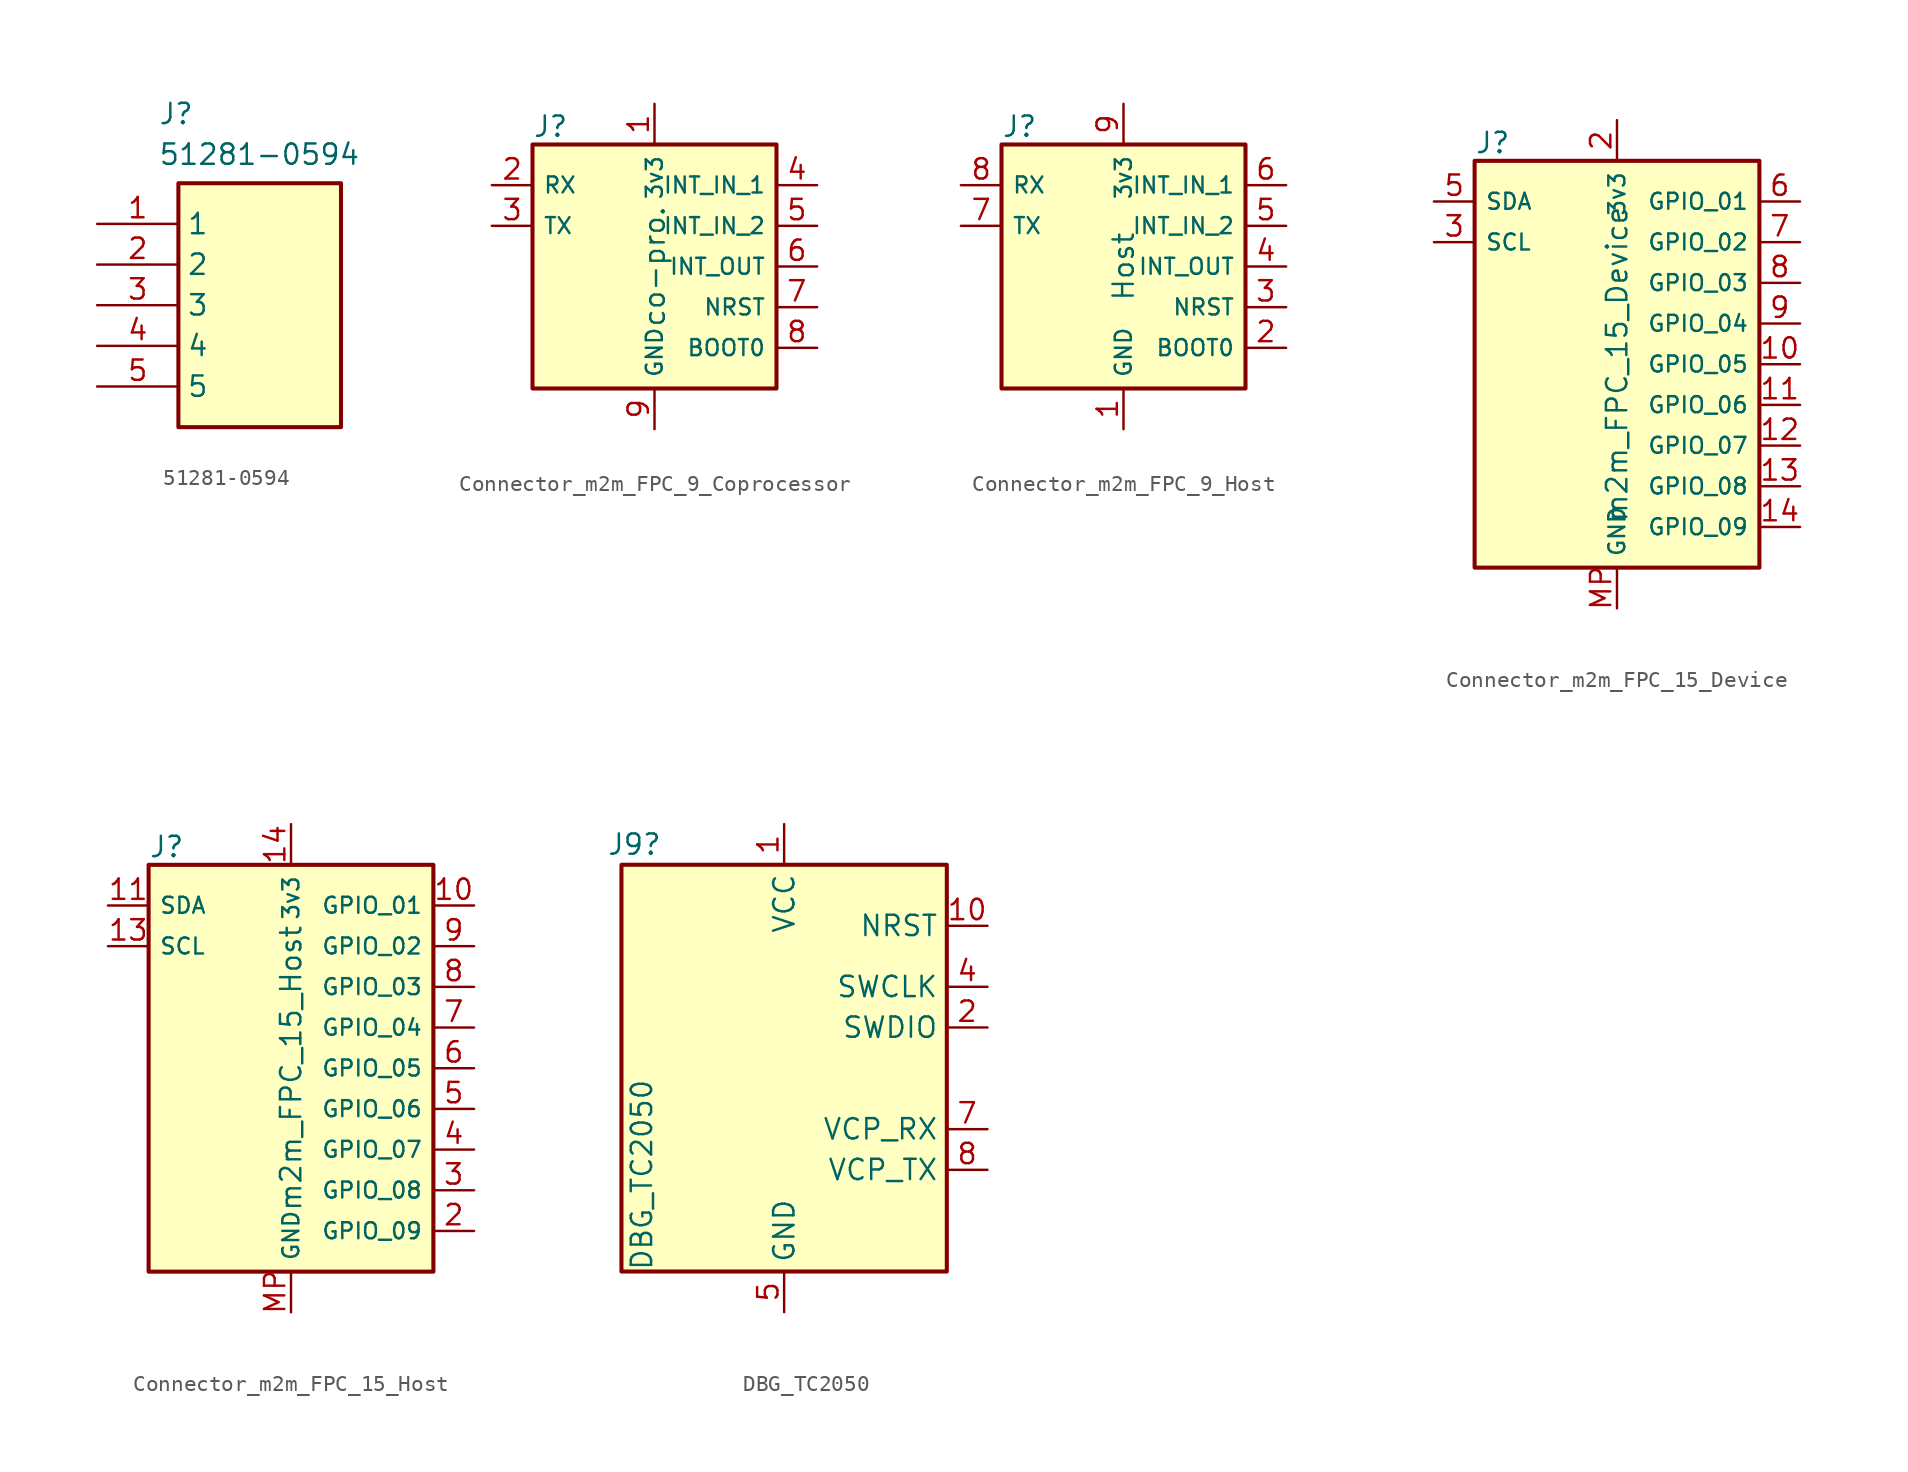
<source format=kicad_sym>
(kicad_symbol_lib
  (version 20241209)
  (generator "kicad_symbol_editor")
  (generator_version "9.0")
  (symbol "51281-0594"
    (property "Reference" "J"
      (at 3.81 7.62 0)
      (effects (font (size 1.27 1.27)) (justify left top)))
    (property "Value" "51281-0594"
      (at 3.81 5.08 0)
      (effects (font (size 1.27 1.27)) (justify left top)))
    (symbol "51281-0594_1_1"
      (rectangle (start 5.08 2.54) (end 15.24 -12.7) (stroke (width 0.254) (type default)) (fill (type background)))
      (pin passive line (at 0 0 0) (length 5.08) (name "1" (effects (font (size 1.27 1.27)))) (number "1" (effects (font (size 1.27 1.27)))))
      (pin passive line (at 0 -2.54 0) (length 5.08) (name "2" (effects (font (size 1.27 1.27)))) (number "2" (effects (font (size 1.27 1.27)))))
      (pin passive line (at 0 -5.08 0) (length 5.08) (name "3" (effects (font (size 1.27 1.27)))) (number "3" (effects (font (size 1.27 1.27)))))
      (pin passive line (at 0 -7.62 0) (length 5.08) (name "4" (effects (font (size 1.27 1.27)))) (number "4" (effects (font (size 1.27 1.27)))))
      (pin passive line (at 0 -10.16 0) (length 5.08) (name "5" (effects (font (size 1.27 1.27)))) (number "5" (effects (font (size 1.27 1.27)))))))
  (symbol "Connector_m2m_FPC_9_Coprocessor"
    (pin_names
      (offset 0.635))
    (property "Reference" "J"
      (at 0 0.381 0)
      (do_not_autoplace)
      (effects (font (size 1.27 1.27)) (justify left bottom)))
    (property "Value" "co-pro."
      (at 7.62 -7.62 90)
      (do_not_autoplace)
      (effects (font (size 1.27 1.27))))
    (symbol "Connector_m2m_FPC_9_Coprocessor_1_1"
      (rectangle (start 0 0) (end 15.24 -15.24) (stroke (width 0.254) (type default)) (fill (type background)))
      (pin passive line (at -2.54 -2.54 0) (length 2.54) (name "RX" (effects (font (size 1 1)))) (number "2" (effects (font (size 1.27 1.27)))))
      (pin passive line (at -2.54 -5.08 0) (length 2.54) (name "TX" (effects (font (size 1 1)))) (number "3" (effects (font (size 1.27 1.27)))))
      (pin passive line (at 7.62 2.54 270) (length 2.54) (name "3v3" (effects (font (size 1 1)))) (number "1" (effects (font (size 1.27 1.27)))))
      (pin passive line (at 7.62 -17.78 90) (length 2.54) (name "GND" (effects (font (size 1 1)))) (number "9" (effects (font (size 1.27 1.27)))))
      (pin passive line (at 7.62 -17.78 90) (length 2.54) (hide yes) (name "GND" (effects (font (size 1 1)))) (number "MP" (effects (font (size 1.27 1.27)))))
      (pin passive line (at 17.78 -2.54 180) (length 2.54) (name "INT_IN_1" (effects (font (size 1 1)))) (number "4" (effects (font (size 1.27 1.27)))))
      (pin passive line (at 17.78 -5.08 180) (length 2.54) (name "INT_IN_2" (effects (font (size 1 1)))) (number "5" (effects (font (size 1.27 1.27)))))
      (pin passive line (at 17.78 -7.62 180) (length 2.54) (name "INT_OUT" (effects (font (size 1 1)))) (number "6" (effects (font (size 1.27 1.27)))))
      (pin passive line (at 17.78 -10.16 180) (length 2.54) (name "NRST" (effects (font (size 1 1)))) (number "7" (effects (font (size 1.27 1.27)))))
      (pin passive line (at 17.78 -12.7 180) (length 2.54) (name "BOOT0" (effects (font (size 1 1)))) (number "8" (effects (font (size 1.27 1.27)))))))
  (symbol "Connector_m2m_FPC_9_Host"
    (pin_names
      (offset 0.635))
    (property "Reference" "J"
      (at 0 0.381 0)
      (do_not_autoplace)
      (effects (font (size 1.27 1.27)) (justify left bottom)))
    (property "Value" "Host"
      (at 7.62 -7.62 90)
      (do_not_autoplace)
      (effects (font (size 1.27 1.27))))
    (symbol "Connector_m2m_FPC_9_Host_1_1"
      (rectangle (start 0 0) (end 15.24 -15.24) (stroke (width 0.254) (type default)) (fill (type background)))
      (pin passive line (at -2.54 -2.54 0) (length 2.54) (name "RX" (effects (font (size 1 1)))) (number "8" (effects (font (size 1.27 1.27)))))
      (pin passive line (at -2.54 -5.08 0) (length 2.54) (name "TX" (effects (font (size 1 1)))) (number "7" (effects (font (size 1.27 1.27)))))
      (pin passive line (at 7.62 2.54 270) (length 2.54) (name "3v3" (effects (font (size 1 1)))) (number "9" (effects (font (size 1.27 1.27)))))
      (pin passive line (at 7.62 -17.78 90) (length 2.54) (name "GND" (effects (font (size 1 1)))) (number "1" (effects (font (size 1.27 1.27)))))
      (pin passive line (at 7.62 -17.78 90) (length 2.54) (hide yes) (name "GND" (effects (font (size 1 1)))) (number "MP" (effects (font (size 1.27 1.27)))))
      (pin passive line (at 17.78 -2.54 180) (length 2.54) (name "INT_IN_1" (effects (font (size 1 1)))) (number "6" (effects (font (size 1.27 1.27)))))
      (pin passive line (at 17.78 -5.08 180) (length 2.54) (name "INT_IN_2" (effects (font (size 1 1)))) (number "5" (effects (font (size 1.27 1.27)))))
      (pin passive line (at 17.78 -7.62 180) (length 2.54) (name "INT_OUT" (effects (font (size 1 1)))) (number "4" (effects (font (size 1.27 1.27)))))
      (pin passive line (at 17.78 -10.16 180) (length 2.54) (name "NRST" (effects (font (size 1 1)))) (number "3" (effects (font (size 1.27 1.27)))))
      (pin passive line (at 17.78 -12.7 180) (length 2.54) (name "BOOT0" (effects (font (size 1 1)))) (number "2" (effects (font (size 1.27 1.27)))))))
  (symbol "Connector_m2m_FPC_15_Device"
    (pin_names
      (offset 0.635))
    (property "Reference" "J"
      (at 0 0.381 0)
      (do_not_autoplace)
      (effects (font (size 1.27 1.27)) (justify left bottom)))
    (property "Value" "m2m_FPC_15_Device"
      (at 8.89 -12.7 90)
      (do_not_autoplace)
      (effects (font (size 1.27 1.27))))
    (symbol "Connector_m2m_FPC_15_Device_1_1"
      (rectangle (start 0 0) (end 17.78 -25.4) (stroke (width 0.254) (type default)) (fill (type background)))
      (pin passive line (at -2.54 -2.54 0) (length 2.54) (name "SDA" (effects (font (size 1 1)))) (number "5" (effects (font (size 1.27 1.27)))))
      (pin passive line (at -2.54 -5.08 0) (length 2.54) (name "SCL" (effects (font (size 1 1)))) (number "3" (effects (font (size 1.27 1.27)))))
      (pin passive line (at 8.89 2.54 270) (length 2.54) (name "3v3" (effects (font (size 1 1)))) (number "2" (effects (font (size 1.27 1.27)))))
      (pin passive line (at 8.89 -27.94 90) (length 2.54) (hide yes) (name "GND" (effects (font (size 1 1)))) (number "1" (effects (font (size 1.27 1.27)))))
      (pin passive line (at 8.89 -27.94 90) (length 2.54) (hide yes) (name "GND" (effects (font (size 1 1)))) (number "15" (effects (font (size 1.27 1.27)))))
      (pin passive line (at 8.89 -27.94 90) (length 2.54) (hide yes) (name "GND" (effects (font (size 1 1)))) (number "4" (effects (font (size 1.27 1.27)))))
      (pin passive line (at 8.89 -27.94 90) (length 2.54) (name "GND" (effects (font (size 1 1)))) (number "MP" (effects (font (size 1.27 1.27)))))
      (pin passive line (at 20.32 -2.54 180) (length 2.54) (name "GPIO_01" (effects (font (size 1 1)))) (number "6" (effects (font (size 1.27 1.27)))))
      (pin passive line (at 20.32 -5.08 180) (length 2.54) (name "GPIO_02" (effects (font (size 1 1)))) (number "7" (effects (font (size 1.27 1.27)))))
      (pin passive line (at 20.32 -7.62 180) (length 2.54) (name "GPIO_03" (effects (font (size 1 1)))) (number "8" (effects (font (size 1.27 1.27)))))
      (pin passive line (at 20.32 -10.16 180) (length 2.54) (name "GPIO_04" (effects (font (size 1 1)))) (number "9" (effects (font (size 1.27 1.27)))))
      (pin passive line (at 20.32 -12.7 180) (length 2.54) (name "GPIO_05" (effects (font (size 1 1)))) (number "10" (effects (font (size 1.27 1.27)))))
      (pin passive line (at 20.32 -15.24 180) (length 2.54) (name "GPIO_06" (effects (font (size 1 1)))) (number "11" (effects (font (size 1.27 1.27)))))
      (pin passive line (at 20.32 -17.78 180) (length 2.54) (name "GPIO_07" (effects (font (size 1 1)))) (number "12" (effects (font (size 1.27 1.27)))))
      (pin passive line (at 20.32 -20.32 180) (length 2.54) (name "GPIO_08" (effects (font (size 1 1)))) (number "13" (effects (font (size 1.27 1.27)))))
      (pin passive line (at 20.32 -22.86 180) (length 2.54) (name "GPIO_09" (effects (font (size 1 1)))) (number "14" (effects (font (size 1.27 1.27)))))))
  (symbol "Connector_m2m_FPC_15_Host"
    (pin_names
      (offset 0.635))
    (property "Reference" "J"
      (at 0 0.381 0)
      (do_not_autoplace)
      (effects (font (size 1.27 1.27)) (justify left bottom)))
    (property "Value" "m2m_FPC_15_Host"
      (at 8.89 -12.7 90)
      (do_not_autoplace)
      (effects (font (size 1.27 1.27))))
    (symbol "Connector_m2m_FPC_15_Host_1_1"
      (rectangle (start 0 0) (end 17.78 -25.4) (stroke (width 0.254) (type default)) (fill (type background)))
      (pin passive line (at -2.54 -2.54 0) (length 2.54) (name "SDA" (effects (font (size 1 1)))) (number "11" (effects (font (size 1.27 1.27)))))
      (pin passive line (at -2.54 -5.08 0) (length 2.54) (name "SCL" (effects (font (size 1 1)))) (number "13" (effects (font (size 1.27 1.27)))))
      (pin passive line (at 8.89 2.54 270) (length 2.54) (name "3v3" (effects (font (size 1 1)))) (number "14" (effects (font (size 1.27 1.27)))))
      (pin passive line (at 8.89 -27.94 90) (length 2.54) (hide yes) (name "GND" (effects (font (size 1 1)))) (number "1" (effects (font (size 1.27 1.27)))))
      (pin passive line (at 8.89 -27.94 90) (length 2.54) (hide yes) (name "GND" (effects (font (size 1 1)))) (number "12" (effects (font (size 1.27 1.27)))))
      (pin passive line (at 8.89 -27.94 90) (length 2.54) (hide yes) (name "GND" (effects (font (size 1 1)))) (number "15" (effects (font (size 1.27 1.27)))))
      (pin passive line (at 8.89 -27.94 90) (length 2.54) (name "GND" (effects (font (size 1 1)))) (number "MP" (effects (font (size 1.27 1.27)))))
      (pin passive line (at 20.32 -2.54 180) (length 2.54) (name "GPIO_01" (effects (font (size 1 1)))) (number "10" (effects (font (size 1.27 1.27)))))
      (pin passive line (at 20.32 -5.08 180) (length 2.54) (name "GPIO_02" (effects (font (size 1 1)))) (number "9" (effects (font (size 1.27 1.27)))))
      (pin passive line (at 20.32 -7.62 180) (length 2.54) (name "GPIO_03" (effects (font (size 1 1)))) (number "8" (effects (font (size 1.27 1.27)))))
      (pin passive line (at 20.32 -10.16 180) (length 2.54) (name "GPIO_04" (effects (font (size 1 1)))) (number "7" (effects (font (size 1.27 1.27)))))
      (pin passive line (at 20.32 -12.7 180) (length 2.54) (name "GPIO_05" (effects (font (size 1 1)))) (number "6" (effects (font (size 1.27 1.27)))))
      (pin passive line (at 20.32 -15.24 180) (length 2.54) (name "GPIO_06" (effects (font (size 1 1)))) (number "5" (effects (font (size 1.27 1.27)))))
      (pin passive line (at 20.32 -17.78 180) (length 2.54) (name "GPIO_07" (effects (font (size 1 1)))) (number "4" (effects (font (size 1.27 1.27)))))
      (pin passive line (at 20.32 -20.32 180) (length 2.54) (name "GPIO_08" (effects (font (size 1 1)))) (number "3" (effects (font (size 1.27 1.27)))))
      (pin passive line (at 20.32 -22.86 180) (length 2.54) (name "GPIO_09" (effects (font (size 1 1)))) (number "2" (effects (font (size 1.27 1.27)))))))
  (symbol "DBG_TC2050"
    (property "Reference" "J9"
      (at -7.62 13.97 0)
      (effects (font (size 1.27 1.27)) (justify right)))
    (property "Value" "DBG_TC2050"
      (at -8.89 -0.635 90)
      (effects (font (size 1.27 1.27)) (justify right)))
    (symbol "DBG_TC2050_0_1"
      (rectangle (start -10.16 12.7) (end 10.16 -12.7) (stroke (width 0.254) (type default)) (fill (type background))))
    (symbol "DBG_TC2050_1_1"
      (pin no_connect line (at -10.16 0 0) (length 2.54) (hide yes) (name "NC" (effects (font (size 1.27 1.27)))) (number "9" (effects (font (size 1.27 1.27)))))
      (pin no_connect line (at -10.16 -2.54 0) (length 2.54) (hide yes) (name "NC" (effects (font (size 1.27 1.27)))) (number "6" (effects (font (size 1.27 1.27)))))
      (pin power_in line (at 0 15.24 270) (length 2.54) (name "VCC" (effects (font (size 1.27 1.27)))) (number "1" (effects (font (size 1.27 1.27)))))
      (pin power_in line (at 0 -15.24 90) (length 2.54) (hide yes) (name "GND" (effects (font (size 1.27 1.27)))) (number "3" (effects (font (size 1.27 1.27)))))
      (pin power_in line (at 0 -15.24 90) (length 2.54) (name "GND" (effects (font (size 1.27 1.27)))) (number "5" (effects (font (size 1.27 1.27)))))
      (pin open_collector line (at 12.7 8.89 180) (length 2.54) (name "NRST" (effects (font (size 1.27 1.27)))) (number "10" (effects (font (size 1.27 1.27)))))
      (pin output line (at 12.7 5.08 180) (length 2.54) (name "SWCLK" (effects (font (size 1.27 1.27)))) (number "4" (effects (font (size 1.27 1.27)))))
      (pin bidirectional line (at 12.7 2.54 180) (length 2.54) (name "SWDIO" (effects (font (size 1.27 1.27)))) (number "2" (effects (font (size 1.27 1.27)))))
      (pin output line (at 12.7 -3.81 180) (length 2.54) (name "VCP_RX" (effects (font (size 1.27 1.27)))) (number "7" (effects (font (size 1.27 1.27)))))
      (pin input line (at 12.7 -6.35 180) (length 2.54) (name "VCP_TX" (effects (font (size 1.27 1.27)))) (number "8" (effects (font (size 1.27 1.27))))))))
</source>
